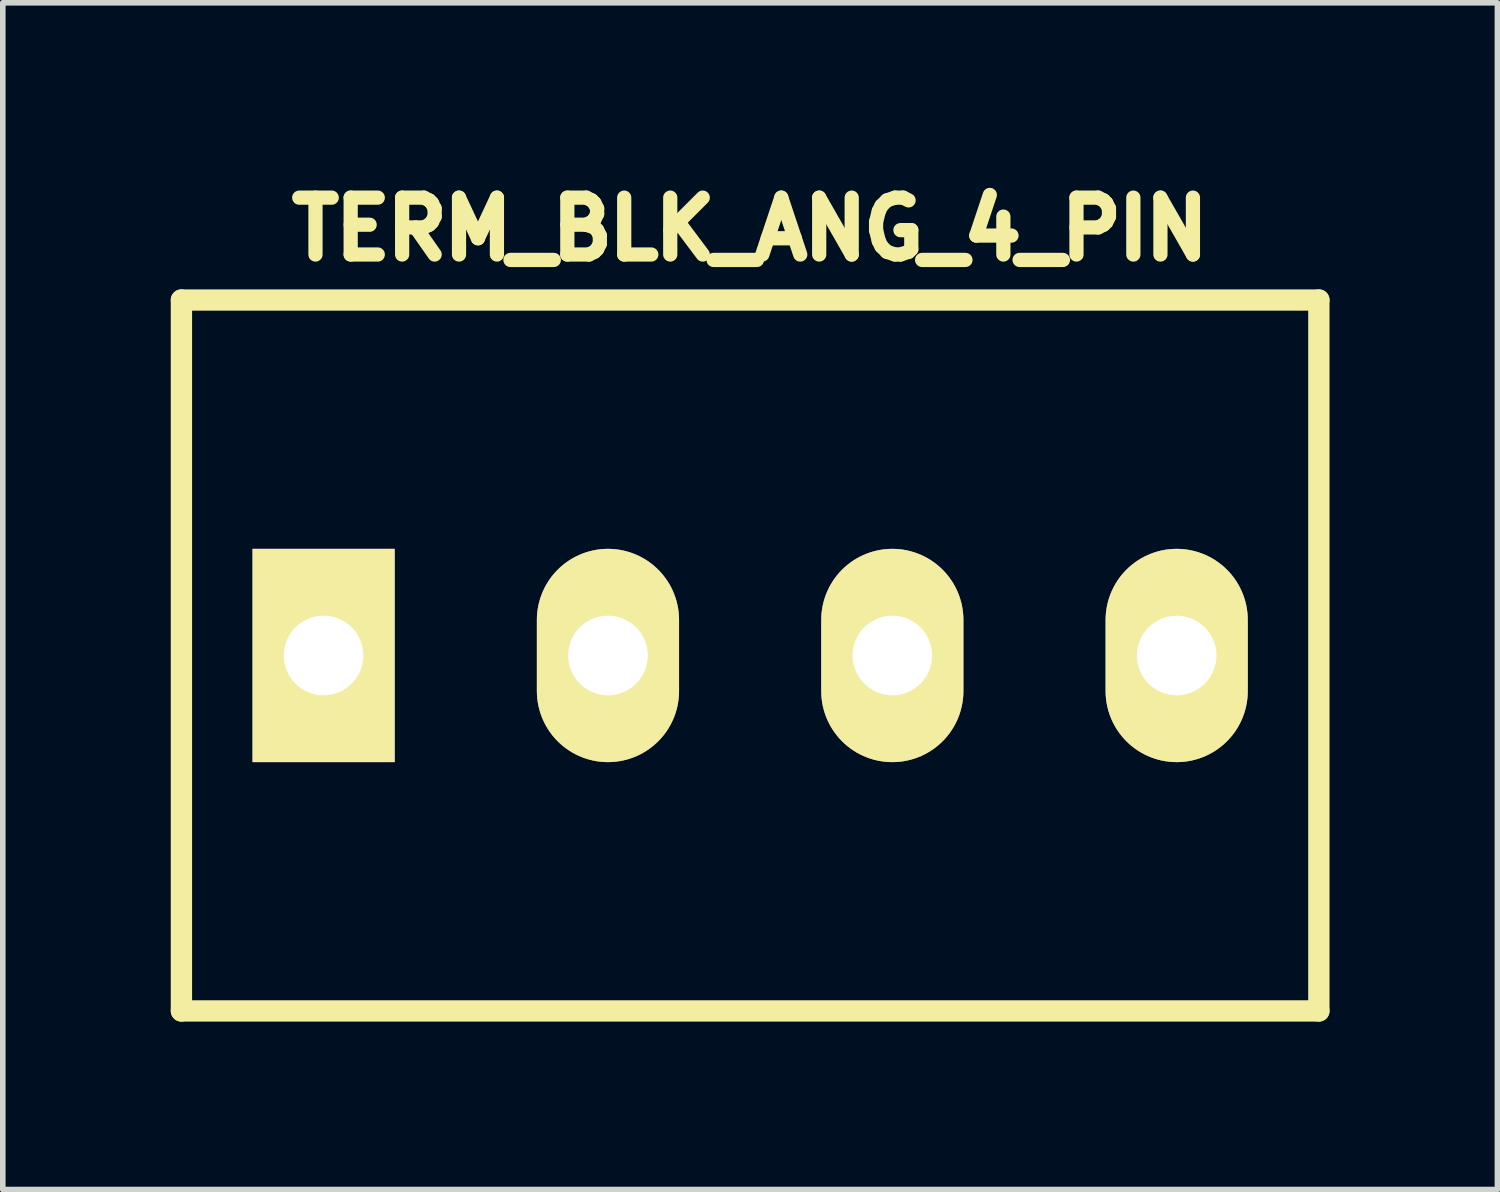
<source format=kicad_pcb>
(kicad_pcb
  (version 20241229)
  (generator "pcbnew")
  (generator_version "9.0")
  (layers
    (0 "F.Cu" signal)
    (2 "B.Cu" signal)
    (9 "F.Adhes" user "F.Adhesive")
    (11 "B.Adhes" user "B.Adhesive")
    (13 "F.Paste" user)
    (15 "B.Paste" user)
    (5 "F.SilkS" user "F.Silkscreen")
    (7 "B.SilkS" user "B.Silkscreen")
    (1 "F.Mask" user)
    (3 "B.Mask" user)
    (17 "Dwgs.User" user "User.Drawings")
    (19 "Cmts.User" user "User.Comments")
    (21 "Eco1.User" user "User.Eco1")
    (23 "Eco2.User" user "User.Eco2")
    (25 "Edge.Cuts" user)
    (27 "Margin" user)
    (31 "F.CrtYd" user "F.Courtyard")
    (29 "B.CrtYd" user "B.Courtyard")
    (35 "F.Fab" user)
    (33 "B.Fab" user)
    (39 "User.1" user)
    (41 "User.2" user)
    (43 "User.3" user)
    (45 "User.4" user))
  (footprint "TERM_BLK_ANG_4_PIN"
    (layer "F.Cu")
    (at 10.351 8.66)
    (property "Reference" "TERM_BLK_ANG_4_PIN" (at 0 -7.62 0) (layer "F.SilkS") (effects (font (size 1.016 1.016) (thickness 0.254))))
    (attr through_hole)
    (fp_line (start -10.16 -6.35) (end -10.16 6.35) (stroke (width 0.381) (type solid)) (layer "F.SilkS"))
    (fp_line (start -10.16 -6.35) (end 10.16 -6.35) (stroke (width 0.381) (type solid)) (layer "F.SilkS"))
    (fp_line (start -10.16 6.35) (end 10.16 6.35) (stroke (width 0.381) (type solid)) (layer "F.SilkS"))
    (fp_line (start 10.16 -6.35) (end 10.16 6.35) (stroke (width 0.381) (type solid)) (layer "F.SilkS"))
    (pad "1" thru_hole rect (at -7.62 0) (size 2.54 3.81) (drill 1.422) (layers "*.Cu" "*.Mask" "F.SilkS"))
    (pad "2" thru_hole oval (at -2.54 0) (size 2.54 3.81) (drill 1.422) (layers "*.Cu" "*.Mask" "F.SilkS"))
    (pad "3" thru_hole oval (at 2.54 0) (size 2.54 3.81) (drill 1.422) (layers "*.Cu" "*.Mask" "F.SilkS"))
    (pad "4" thru_hole oval (at 7.62 0) (size 2.54 3.81) (drill 1.422) (layers "*.Cu" "*.Mask" "F.SilkS")))
  (gr_rect
    (start -3 -3)
    (end 23.701 18.201)
    (stroke (width 0.1) (type default))
    (fill no)
    (layer "Edge.Cuts")))
</source>
